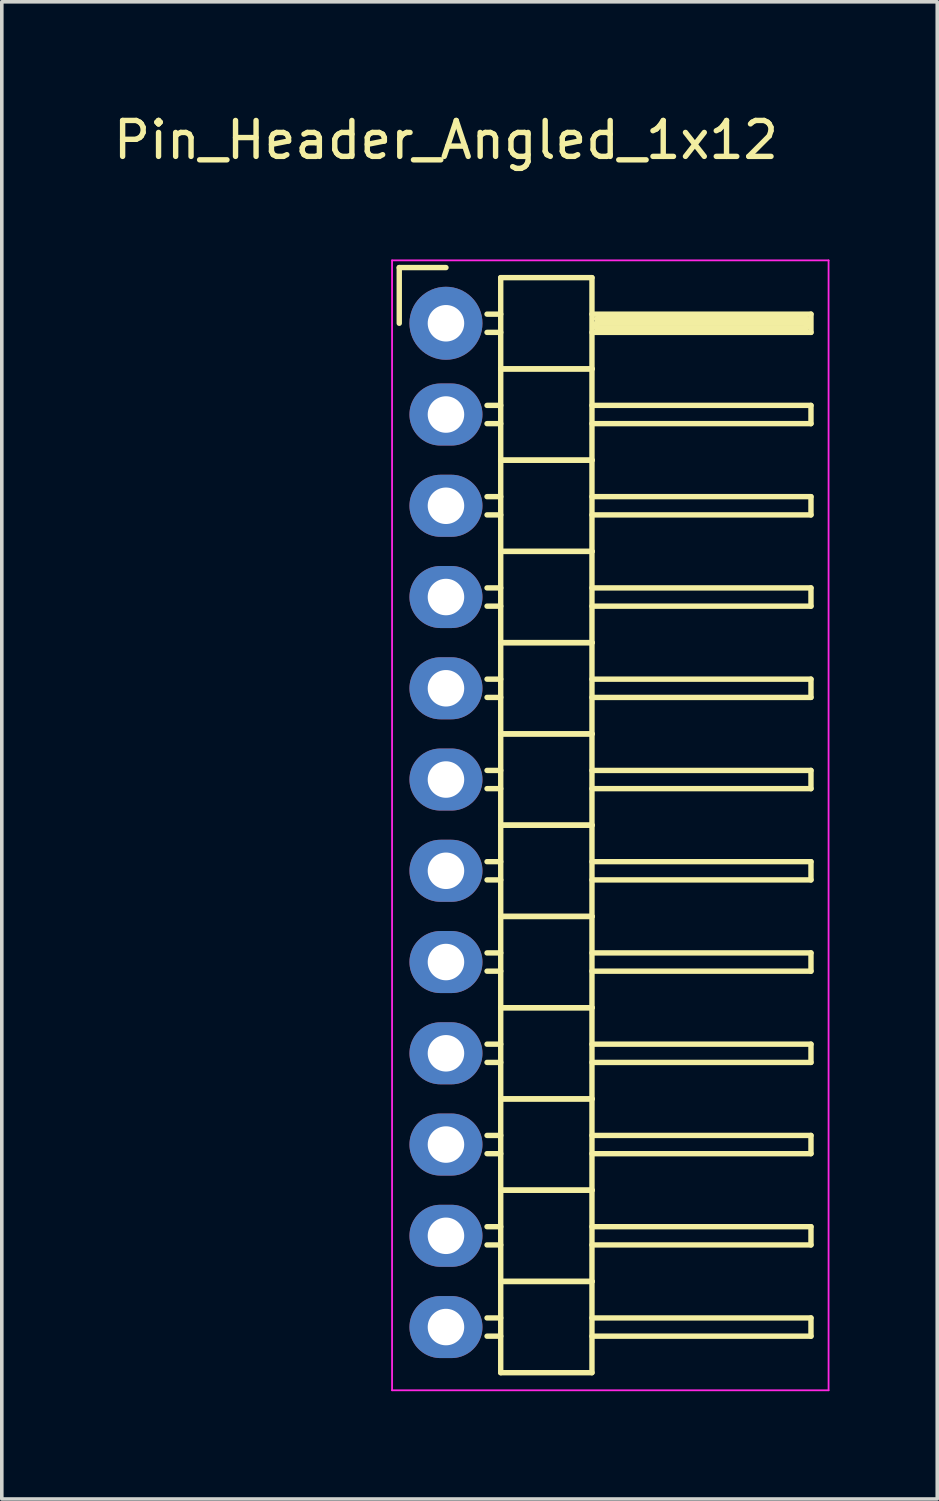
<source format=kicad_pcb>
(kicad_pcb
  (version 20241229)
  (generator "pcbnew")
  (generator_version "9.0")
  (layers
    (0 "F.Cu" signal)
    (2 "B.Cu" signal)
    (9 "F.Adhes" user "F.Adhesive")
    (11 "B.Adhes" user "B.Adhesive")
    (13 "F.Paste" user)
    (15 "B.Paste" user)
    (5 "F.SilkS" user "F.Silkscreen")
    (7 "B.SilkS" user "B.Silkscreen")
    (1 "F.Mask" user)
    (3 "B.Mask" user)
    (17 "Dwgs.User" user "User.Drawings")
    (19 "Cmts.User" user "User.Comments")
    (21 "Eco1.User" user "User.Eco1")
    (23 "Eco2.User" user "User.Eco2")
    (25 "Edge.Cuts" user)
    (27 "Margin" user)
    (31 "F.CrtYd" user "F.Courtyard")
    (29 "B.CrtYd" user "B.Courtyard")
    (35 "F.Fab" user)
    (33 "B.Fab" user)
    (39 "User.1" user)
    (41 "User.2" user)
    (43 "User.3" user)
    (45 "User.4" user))
  (footprint "Pin_Header_Angled_1x12"
    (layer "F.Cu")
    (at 9.363 5.948)
    (property "Reference" "Pin_Header_Angled_1x12" (at 0 -5.1 0) (layer "F.SilkS") (effects (font (size 1 1) (thickness 0.15))))
    (attr through_hole)
    (fp_line (start -1.3 -1.55) (end -1.3 0) (stroke (width 0.15) (type solid)) (layer "F.SilkS"))
    (fp_line (start 0 -1.55) (end -1.3 -1.55) (stroke (width 0.15) (type solid)) (layer "F.SilkS"))
    (fp_line (start 1.524 -1.27) (end 1.524 1.27) (stroke (width 0.15) (type solid)) (layer "F.SilkS"))
    (fp_line (start 1.524 -1.27) (end 4.064 -1.27) (stroke (width 0.15) (type solid)) (layer "F.SilkS"))
    (fp_line (start 1.524 -0.254) (end 1.143 -0.254) (stroke (width 0.15) (type solid)) (layer "F.SilkS"))
    (fp_line (start 1.524 0.254) (end 1.143 0.254) (stroke (width 0.15) (type solid)) (layer "F.SilkS"))
    (fp_line (start 1.524 1.27) (end 1.524 3.81) (stroke (width 0.15) (type solid)) (layer "F.SilkS"))
    (fp_line (start 1.524 1.27) (end 4.064 1.27) (stroke (width 0.15) (type solid)) (layer "F.SilkS"))
    (fp_line (start 1.524 1.27) (end 4.064 1.27) (stroke (width 0.15) (type solid)) (layer "F.SilkS"))
    (fp_line (start 1.524 2.286) (end 1.143 2.286) (stroke (width 0.15) (type solid)) (layer "F.SilkS"))
    (fp_line (start 1.524 2.794) (end 1.143 2.794) (stroke (width 0.15) (type solid)) (layer "F.SilkS"))
    (fp_line (start 1.524 3.81) (end 1.524 6.35) (stroke (width 0.15) (type solid)) (layer "F.SilkS"))
    (fp_line (start 1.524 3.81) (end 4.064 3.81) (stroke (width 0.15) (type solid)) (layer "F.SilkS"))
    (fp_line (start 1.524 3.81) (end 4.064 3.81) (stroke (width 0.15) (type solid)) (layer "F.SilkS"))
    (fp_line (start 1.524 4.826) (end 1.143 4.826) (stroke (width 0.15) (type solid)) (layer "F.SilkS"))
    (fp_line (start 1.524 5.334) (end 1.143 5.334) (stroke (width 0.15) (type solid)) (layer "F.SilkS"))
    (fp_line (start 1.524 6.35) (end 1.524 8.89) (stroke (width 0.15) (type solid)) (layer "F.SilkS"))
    (fp_line (start 1.524 6.35) (end 4.064 6.35) (stroke (width 0.15) (type solid)) (layer "F.SilkS"))
    (fp_line (start 1.524 6.35) (end 4.064 6.35) (stroke (width 0.15) (type solid)) (layer "F.SilkS"))
    (fp_line (start 1.524 7.366) (end 1.143 7.366) (stroke (width 0.15) (type solid)) (layer "F.SilkS"))
    (fp_line (start 1.524 7.874) (end 1.143 7.874) (stroke (width 0.15) (type solid)) (layer "F.SilkS"))
    (fp_line (start 1.524 8.89) (end 1.524 11.43) (stroke (width 0.15) (type solid)) (layer "F.SilkS"))
    (fp_line (start 1.524 8.89) (end 4.064 8.89) (stroke (width 0.15) (type solid)) (layer "F.SilkS"))
    (fp_line (start 1.524 8.89) (end 4.064 8.89) (stroke (width 0.15) (type solid)) (layer "F.SilkS"))
    (fp_line (start 1.524 9.906) (end 1.143 9.906) (stroke (width 0.15) (type solid)) (layer "F.SilkS"))
    (fp_line (start 1.524 10.414) (end 1.143 10.414) (stroke (width 0.15) (type solid)) (layer "F.SilkS"))
    (fp_line (start 1.524 11.43) (end 1.524 13.97) (stroke (width 0.15) (type solid)) (layer "F.SilkS"))
    (fp_line (start 1.524 11.43) (end 4.064 11.43) (stroke (width 0.15) (type solid)) (layer "F.SilkS"))
    (fp_line (start 1.524 11.43) (end 4.064 11.43) (stroke (width 0.15) (type solid)) (layer "F.SilkS"))
    (fp_line (start 1.524 12.446) (end 1.143 12.446) (stroke (width 0.15) (type solid)) (layer "F.SilkS"))
    (fp_line (start 1.524 12.954) (end 1.143 12.954) (stroke (width 0.15) (type solid)) (layer "F.SilkS"))
    (fp_line (start 1.524 13.97) (end 1.524 16.51) (stroke (width 0.15) (type solid)) (layer "F.SilkS"))
    (fp_line (start 1.524 13.97) (end 4.064 13.97) (stroke (width 0.15) (type solid)) (layer "F.SilkS"))
    (fp_line (start 1.524 13.97) (end 4.064 13.97) (stroke (width 0.15) (type solid)) (layer "F.SilkS"))
    (fp_line (start 1.524 14.986) (end 1.143 14.986) (stroke (width 0.15) (type solid)) (layer "F.SilkS"))
    (fp_line (start 1.524 15.494) (end 1.143 15.494) (stroke (width 0.15) (type solid)) (layer "F.SilkS"))
    (fp_line (start 1.524 16.51) (end 1.524 19.05) (stroke (width 0.15) (type solid)) (layer "F.SilkS"))
    (fp_line (start 1.524 16.51) (end 4.064 16.51) (stroke (width 0.15) (type solid)) (layer "F.SilkS"))
    (fp_line (start 1.524 16.51) (end 4.064 16.51) (stroke (width 0.15) (type solid)) (layer "F.SilkS"))
    (fp_line (start 1.524 17.526) (end 1.143 17.526) (stroke (width 0.15) (type solid)) (layer "F.SilkS"))
    (fp_line (start 1.524 18.034) (end 1.143 18.034) (stroke (width 0.15) (type solid)) (layer "F.SilkS"))
    (fp_line (start 1.524 19.05) (end 1.524 21.59) (stroke (width 0.15) (type solid)) (layer "F.SilkS"))
    (fp_line (start 1.524 19.05) (end 4.064 19.05) (stroke (width 0.15) (type solid)) (layer "F.SilkS"))
    (fp_line (start 1.524 19.05) (end 4.064 19.05) (stroke (width 0.15) (type solid)) (layer "F.SilkS"))
    (fp_line (start 1.524 20.066) (end 1.143 20.066) (stroke (width 0.15) (type solid)) (layer "F.SilkS"))
    (fp_line (start 1.524 20.574) (end 1.143 20.574) (stroke (width 0.15) (type solid)) (layer "F.SilkS"))
    (fp_line (start 1.524 21.59) (end 1.524 24.13) (stroke (width 0.15) (type solid)) (layer "F.SilkS"))
    (fp_line (start 1.524 21.59) (end 4.064 21.59) (stroke (width 0.15) (type solid)) (layer "F.SilkS"))
    (fp_line (start 1.524 21.59) (end 4.064 21.59) (stroke (width 0.15) (type solid)) (layer "F.SilkS"))
    (fp_line (start 1.524 22.606) (end 1.143 22.606) (stroke (width 0.15) (type solid)) (layer "F.SilkS"))
    (fp_line (start 1.524 23.114) (end 1.143 23.114) (stroke (width 0.15) (type solid)) (layer "F.SilkS"))
    (fp_line (start 1.524 24.13) (end 1.524 26.67) (stroke (width 0.15) (type solid)) (layer "F.SilkS"))
    (fp_line (start 1.524 24.13) (end 4.064 24.13) (stroke (width 0.15) (type solid)) (layer "F.SilkS"))
    (fp_line (start 1.524 24.13) (end 4.064 24.13) (stroke (width 0.15) (type solid)) (layer "F.SilkS"))
    (fp_line (start 1.524 25.146) (end 1.143 25.146) (stroke (width 0.15) (type solid)) (layer "F.SilkS"))
    (fp_line (start 1.524 25.654) (end 1.143 25.654) (stroke (width 0.15) (type solid)) (layer "F.SilkS"))
    (fp_line (start 1.524 26.67) (end 1.524 29.21) (stroke (width 0.15) (type solid)) (layer "F.SilkS"))
    (fp_line (start 1.524 26.67) (end 4.064 26.67) (stroke (width 0.15) (type solid)) (layer "F.SilkS"))
    (fp_line (start 1.524 26.67) (end 4.064 26.67) (stroke (width 0.15) (type solid)) (layer "F.SilkS"))
    (fp_line (start 1.524 27.686) (end 1.143 27.686) (stroke (width 0.15) (type solid)) (layer "F.SilkS"))
    (fp_line (start 1.524 28.194) (end 1.143 28.194) (stroke (width 0.15) (type solid)) (layer "F.SilkS"))
    (fp_line (start 1.524 29.21) (end 4.064 29.21) (stroke (width 0.15) (type solid)) (layer "F.SilkS"))
    (fp_line (start 4.064 -0.254) (end 10.16 -0.254) (stroke (width 0.15) (type solid)) (layer "F.SilkS"))
    (fp_line (start 4.064 1.27) (end 4.064 -1.27) (stroke (width 0.15) (type solid)) (layer "F.SilkS"))
    (fp_line (start 4.064 2.286) (end 10.16 2.286) (stroke (width 0.15) (type solid)) (layer "F.SilkS"))
    (fp_line (start 4.064 3.81) (end 4.064 1.27) (stroke (width 0.15) (type solid)) (layer "F.SilkS"))
    (fp_line (start 4.064 4.826) (end 10.16 4.826) (stroke (width 0.15) (type solid)) (layer "F.SilkS"))
    (fp_line (start 4.064 6.35) (end 4.064 3.81) (stroke (width 0.15) (type solid)) (layer "F.SilkS"))
    (fp_line (start 4.064 7.366) (end 10.16 7.366) (stroke (width 0.15) (type solid)) (layer "F.SilkS"))
    (fp_line (start 4.064 8.89) (end 4.064 6.35) (stroke (width 0.15) (type solid)) (layer "F.SilkS"))
    (fp_line (start 4.064 9.906) (end 10.16 9.906) (stroke (width 0.15) (type solid)) (layer "F.SilkS"))
    (fp_line (start 4.064 11.43) (end 4.064 8.89) (stroke (width 0.15) (type solid)) (layer "F.SilkS"))
    (fp_line (start 4.064 12.446) (end 10.16 12.446) (stroke (width 0.15) (type solid)) (layer "F.SilkS"))
    (fp_line (start 4.064 13.97) (end 4.064 11.43) (stroke (width 0.15) (type solid)) (layer "F.SilkS"))
    (fp_line (start 4.064 14.986) (end 10.16 14.986) (stroke (width 0.15) (type solid)) (layer "F.SilkS"))
    (fp_line (start 4.064 16.51) (end 4.064 13.97) (stroke (width 0.15) (type solid)) (layer "F.SilkS"))
    (fp_line (start 4.064 17.526) (end 10.16 17.526) (stroke (width 0.15) (type solid)) (layer "F.SilkS"))
    (fp_line (start 4.064 19.05) (end 4.064 16.51) (stroke (width 0.15) (type solid)) (layer "F.SilkS"))
    (fp_line (start 4.064 20.066) (end 10.16 20.066) (stroke (width 0.15) (type solid)) (layer "F.SilkS"))
    (fp_line (start 4.064 21.59) (end 4.064 19.05) (stroke (width 0.15) (type solid)) (layer "F.SilkS"))
    (fp_line (start 4.064 22.606) (end 10.16 22.606) (stroke (width 0.15) (type solid)) (layer "F.SilkS"))
    (fp_line (start 4.064 24.13) (end 4.064 21.59) (stroke (width 0.15) (type solid)) (layer "F.SilkS"))
    (fp_line (start 4.064 25.146) (end 10.16 25.146) (stroke (width 0.15) (type solid)) (layer "F.SilkS"))
    (fp_line (start 4.064 26.67) (end 4.064 24.13) (stroke (width 0.15) (type solid)) (layer "F.SilkS"))
    (fp_line (start 4.064 27.686) (end 10.16 27.686) (stroke (width 0.15) (type solid)) (layer "F.SilkS"))
    (fp_line (start 4.064 29.21) (end 4.064 26.67) (stroke (width 0.15) (type solid)) (layer "F.SilkS"))
    (fp_line (start 4.191 -0.127) (end 10.033 -0.127) (stroke (width 0.15) (type solid)) (layer "F.SilkS"))
    (fp_line (start 4.191 0) (end 10.033 0) (stroke (width 0.15) (type solid)) (layer "F.SilkS"))
    (fp_line (start 4.191 0.127) (end 4.191 0) (stroke (width 0.15) (type solid)) (layer "F.SilkS"))
    (fp_line (start 10.033 -0.127) (end 10.033 0.127) (stroke (width 0.15) (type solid)) (layer "F.SilkS"))
    (fp_line (start 10.033 0.127) (end 4.191 0.127) (stroke (width 0.15) (type solid)) (layer "F.SilkS"))
    (fp_line (start 10.16 -0.254) (end 10.16 0.254) (stroke (width 0.15) (type solid)) (layer "F.SilkS"))
    (fp_line (start 10.16 0.254) (end 4.064 0.254) (stroke (width 0.15) (type solid)) (layer "F.SilkS"))
    (fp_line (start 10.16 2.286) (end 10.16 2.794) (stroke (width 0.15) (type solid)) (layer "F.SilkS"))
    (fp_line (start 10.16 2.794) (end 4.064 2.794) (stroke (width 0.15) (type solid)) (layer "F.SilkS"))
    (fp_line (start 10.16 4.826) (end 10.16 5.334) (stroke (width 0.15) (type solid)) (layer "F.SilkS"))
    (fp_line (start 10.16 5.334) (end 4.064 5.334) (stroke (width 0.15) (type solid)) (layer "F.SilkS"))
    (fp_line (start 10.16 7.366) (end 10.16 7.874) (stroke (width 0.15) (type solid)) (layer "F.SilkS"))
    (fp_line (start 10.16 7.874) (end 4.064 7.874) (stroke (width 0.15) (type solid)) (layer "F.SilkS"))
    (fp_line (start 10.16 9.906) (end 10.16 10.414) (stroke (width 0.15) (type solid)) (layer "F.SilkS"))
    (fp_line (start 10.16 10.414) (end 4.064 10.414) (stroke (width 0.15) (type solid)) (layer "F.SilkS"))
    (fp_line (start 10.16 12.446) (end 10.16 12.954) (stroke (width 0.15) (type solid)) (layer "F.SilkS"))
    (fp_line (start 10.16 12.954) (end 4.064 12.954) (stroke (width 0.15) (type solid)) (layer "F.SilkS"))
    (fp_line (start 10.16 14.986) (end 10.16 15.494) (stroke (width 0.15) (type solid)) (layer "F.SilkS"))
    (fp_line (start 10.16 15.494) (end 4.064 15.494) (stroke (width 0.15) (type solid)) (layer "F.SilkS"))
    (fp_line (start 10.16 17.526) (end 10.16 18.034) (stroke (width 0.15) (type solid)) (layer "F.SilkS"))
    (fp_line (start 10.16 18.034) (end 4.064 18.034) (stroke (width 0.15) (type solid)) (layer "F.SilkS"))
    (fp_line (start 10.16 20.066) (end 10.16 20.574) (stroke (width 0.15) (type solid)) (layer "F.SilkS"))
    (fp_line (start 10.16 20.574) (end 4.064 20.574) (stroke (width 0.15) (type solid)) (layer "F.SilkS"))
    (fp_line (start 10.16 22.606) (end 10.16 23.114) (stroke (width 0.15) (type solid)) (layer "F.SilkS"))
    (fp_line (start 10.16 23.114) (end 4.064 23.114) (stroke (width 0.15) (type solid)) (layer "F.SilkS"))
    (fp_line (start 10.16 25.146) (end 10.16 25.654) (stroke (width 0.15) (type solid)) (layer "F.SilkS"))
    (fp_line (start 10.16 25.654) (end 4.064 25.654) (stroke (width 0.15) (type solid)) (layer "F.SilkS"))
    (fp_line (start 10.16 27.686) (end 10.16 28.194) (stroke (width 0.15) (type solid)) (layer "F.SilkS"))
    (fp_line (start 10.16 28.194) (end 4.064 28.194) (stroke (width 0.15) (type solid)) (layer "F.SilkS"))
    (fp_line (start -1.5 -1.75) (end -1.5 29.7) (stroke (width 0.05) (type solid)) (layer "F.CrtYd"))
    (fp_line (start -1.5 -1.75) (end 10.65 -1.75) (stroke (width 0.05) (type solid)) (layer "F.CrtYd"))
    (fp_line (start -1.5 29.7) (end 10.65 29.7) (stroke (width 0.05) (type solid)) (layer "F.CrtYd"))
    (fp_line (start 10.65 -1.75) (end 10.65 29.7) (stroke (width 0.05) (type solid)) (layer "F.CrtYd"))
    (pad "1" thru_hole oval (at 0 0) (size 2.032 2.032) (drill 1.016) (layers "*.Cu" "*.Mask"))
    (pad "2" thru_hole oval (at 0 2.54) (size 2.032 1.727) (drill 1.016) (layers "*.Cu" "*.Mask"))
    (pad "3" thru_hole oval (at 0 5.08) (size 2.032 1.727) (drill 1.016) (layers "*.Cu" "*.Mask"))
    (pad "4" thru_hole oval (at 0 7.62) (size 2.032 1.727) (drill 1.016) (layers "*.Cu" "*.Mask"))
    (pad "5" thru_hole oval (at 0 10.16) (size 2.032 1.727) (drill 1.016) (layers "*.Cu" "*.Mask"))
    (pad "6" thru_hole oval (at 0 12.7) (size 2.032 1.727) (drill 1.016) (layers "*.Cu" "*.Mask"))
    (pad "7" thru_hole oval (at 0 15.24) (size 2.032 1.727) (drill 1.016) (layers "*.Cu" "*.Mask"))
    (pad "8" thru_hole oval (at 0 17.78) (size 2.032 1.727) (drill 1.016) (layers "*.Cu" "*.Mask"))
    (pad "9" thru_hole oval (at 0 20.32) (size 2.032 1.727) (drill 1.016) (layers "*.Cu" "*.Mask"))
    (pad "10" thru_hole oval (at 0 22.86) (size 2.032 1.727) (drill 1.016) (layers "*.Cu" "*.Mask"))
    (pad "11" thru_hole oval (at 0 25.4) (size 2.032 1.727) (drill 1.016) (layers "*.Cu" "*.Mask"))
    (pad "12" thru_hole oval (at 0 27.94) (size 2.032 1.727) (drill 1.016) (layers "*.Cu" "*.Mask")))
  (gr_rect
    (start -3 -3)
    (end 23.038 38.673)
    (stroke (width 0.1) (type default))
    (fill no)
    (layer "Edge.Cuts")))
</source>
